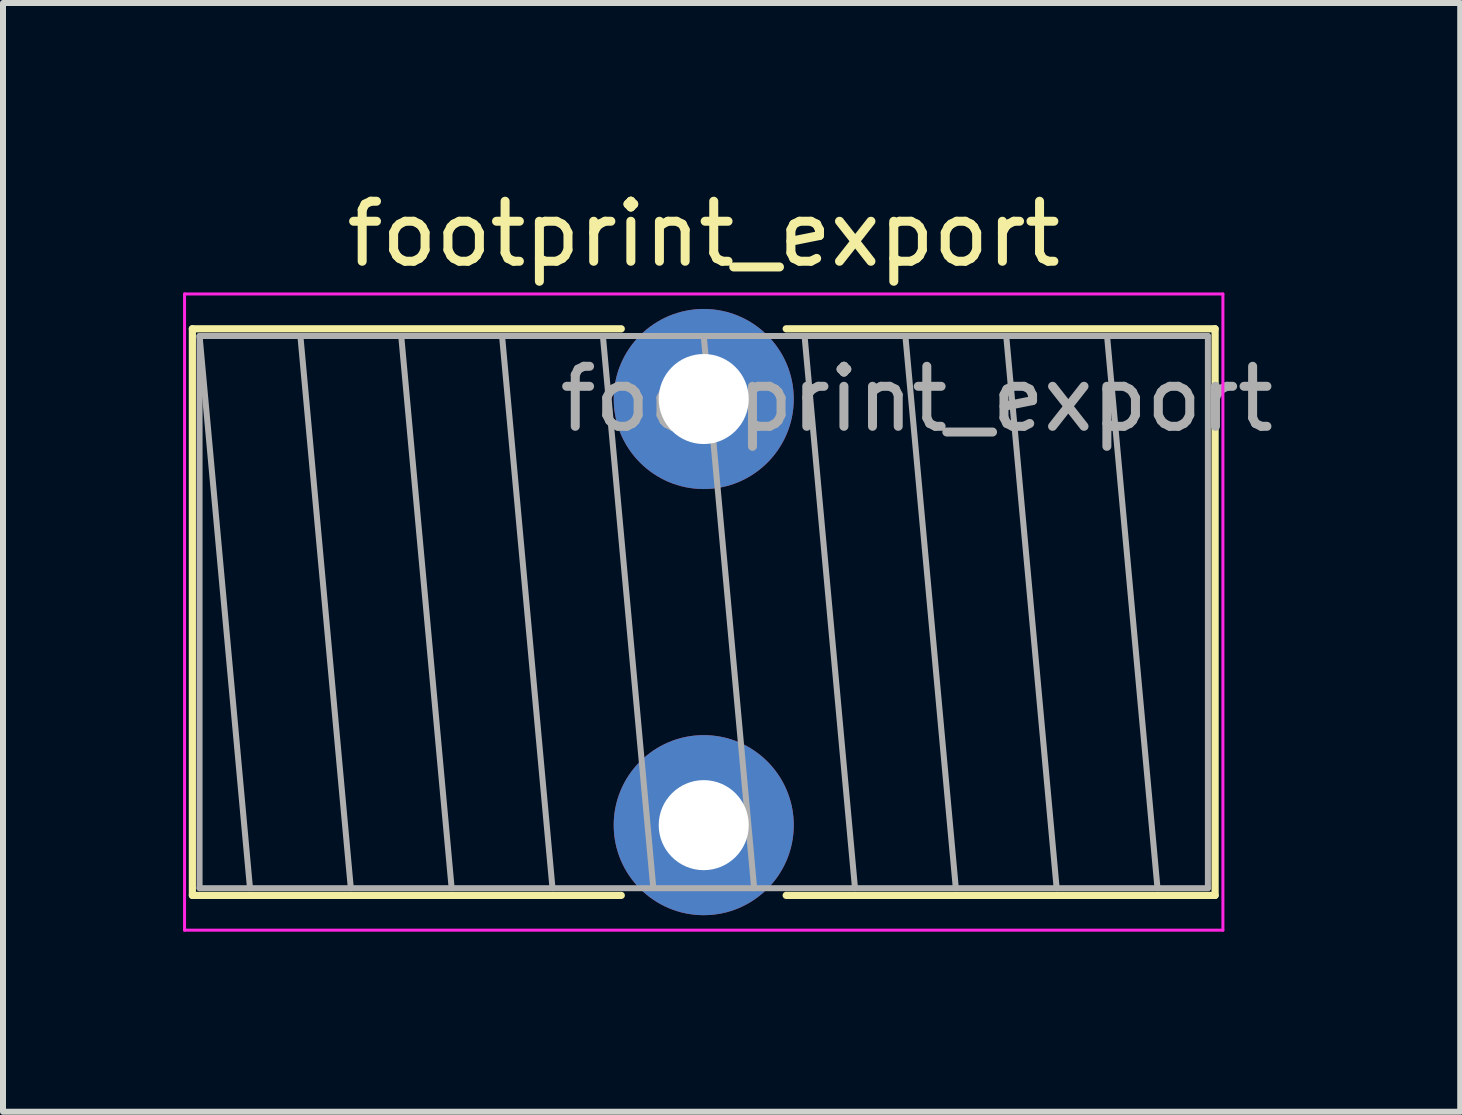
<source format=kicad_pcb>
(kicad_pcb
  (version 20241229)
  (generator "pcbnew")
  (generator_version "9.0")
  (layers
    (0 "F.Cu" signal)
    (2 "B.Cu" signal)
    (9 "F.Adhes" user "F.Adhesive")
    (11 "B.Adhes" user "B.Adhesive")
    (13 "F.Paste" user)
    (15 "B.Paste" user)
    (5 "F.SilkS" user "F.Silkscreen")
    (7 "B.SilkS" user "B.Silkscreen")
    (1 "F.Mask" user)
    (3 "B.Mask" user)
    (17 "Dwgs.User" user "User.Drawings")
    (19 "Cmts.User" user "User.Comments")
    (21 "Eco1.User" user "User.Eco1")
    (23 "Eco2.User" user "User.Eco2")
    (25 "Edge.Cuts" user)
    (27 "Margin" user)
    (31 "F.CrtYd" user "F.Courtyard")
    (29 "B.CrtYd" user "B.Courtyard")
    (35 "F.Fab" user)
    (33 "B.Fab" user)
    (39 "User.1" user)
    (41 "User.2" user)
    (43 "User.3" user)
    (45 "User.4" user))
  (footprint "footprint_export"
    (layer "F.Cu")
    (at 8.675 3.598)
    (property "Reference" "footprint_export" (at 0 -2.75 0) (layer "F.SilkS") (effects (font (size 1 1) (thickness 0.15))))
    (attr through_hole)
    (fp_line (start -8.52 -1.17) (end -8.52 8.27) (stroke (width 0.12) (type solid)) (layer "F.SilkS"))
    (fp_line (start -8.52 -1.17) (end -1.374 -1.17) (stroke (width 0.12) (type solid)) (layer "F.SilkS"))
    (fp_line (start -8.52 8.27) (end -1.374 8.27) (stroke (width 0.12) (type solid)) (layer "F.SilkS"))
    (fp_line (start 1.374 -1.17) (end 8.52 -1.17) (stroke (width 0.12) (type solid)) (layer "F.SilkS"))
    (fp_line (start 1.374 8.27) (end 8.52 8.27) (stroke (width 0.12) (type solid)) (layer "F.SilkS"))
    (fp_line (start 8.52 -1.17) (end 8.52 8.27) (stroke (width 0.12) (type solid)) (layer "F.SilkS"))
    (fp_line (start -8.65 -1.75) (end -8.65 8.85) (stroke (width 0.05) (type solid)) (layer "F.CrtYd"))
    (fp_line (start -8.65 8.85) (end 8.65 8.85) (stroke (width 0.05) (type solid)) (layer "F.CrtYd"))
    (fp_line (start 8.65 -1.75) (end -8.65 -1.75) (stroke (width 0.05) (type solid)) (layer "F.CrtYd"))
    (fp_line (start 8.65 8.85) (end 8.65 -1.75) (stroke (width 0.05) (type solid)) (layer "F.CrtYd"))
    (fp_line (start -8.4 -1.05) (end -8.4 8.15) (stroke (width 0.1) (type solid)) (layer "F.Fab"))
    (fp_line (start -8.4 -1.05) (end -7.56 8.15) (stroke (width 0.1) (type solid)) (layer "F.Fab"))
    (fp_line (start -8.4 8.15) (end 8.4 8.15) (stroke (width 0.1) (type solid)) (layer "F.Fab"))
    (fp_line (start -6.72 -1.05) (end -5.88 8.15) (stroke (width 0.1) (type solid)) (layer "F.Fab"))
    (fp_line (start -5.04 -1.05) (end -4.2 8.15) (stroke (width 0.1) (type solid)) (layer "F.Fab"))
    (fp_line (start -3.36 -1.05) (end -2.52 8.15) (stroke (width 0.1) (type solid)) (layer "F.Fab"))
    (fp_line (start -1.68 -1.05) (end -0.84 8.15) (stroke (width 0.1) (type solid)) (layer "F.Fab"))
    (fp_line (start 0 -1.05) (end 0.84 8.15) (stroke (width 0.1) (type solid)) (layer "F.Fab"))
    (fp_line (start 1.68 -1.05) (end 2.52 8.15) (stroke (width 0.1) (type solid)) (layer "F.Fab"))
    (fp_line (start 3.36 -1.05) (end 4.2 8.15) (stroke (width 0.1) (type solid)) (layer "F.Fab"))
    (fp_line (start 5.04 -1.05) (end 5.88 8.15) (stroke (width 0.1) (type solid)) (layer "F.Fab"))
    (fp_line (start 6.72 -1.05) (end 7.56 8.15) (stroke (width 0.1) (type solid)) (layer "F.Fab"))
    (fp_line (start 8.4 -1.05) (end -8.4 -1.05) (stroke (width 0.1) (type solid)) (layer "F.Fab"))
    (fp_line (start 8.4 8.15) (end 8.4 -1.05) (stroke (width 0.1) (type solid)) (layer "F.Fab"))
    (fp_text user "${REFERENCE}" (at 3.55 0 0) (layer "F.Fab") (effects (font (size 1 1) (thickness 0.15))))
    (pad "1" thru_hole circle (at 0 0) (size 3 3) (drill 1.5) (layers "*.Cu" "*.Mask"))
    (pad "2" thru_hole circle (at 0 7.1) (size 3 3) (drill 1.5) (layers "*.Cu" "*.Mask")))
  (gr_rect
    (start -3 -3)
    (end 21.279 15.473)
    (stroke (width 0.1) (type default))
    (fill no)
    (layer "Edge.Cuts")))
</source>
